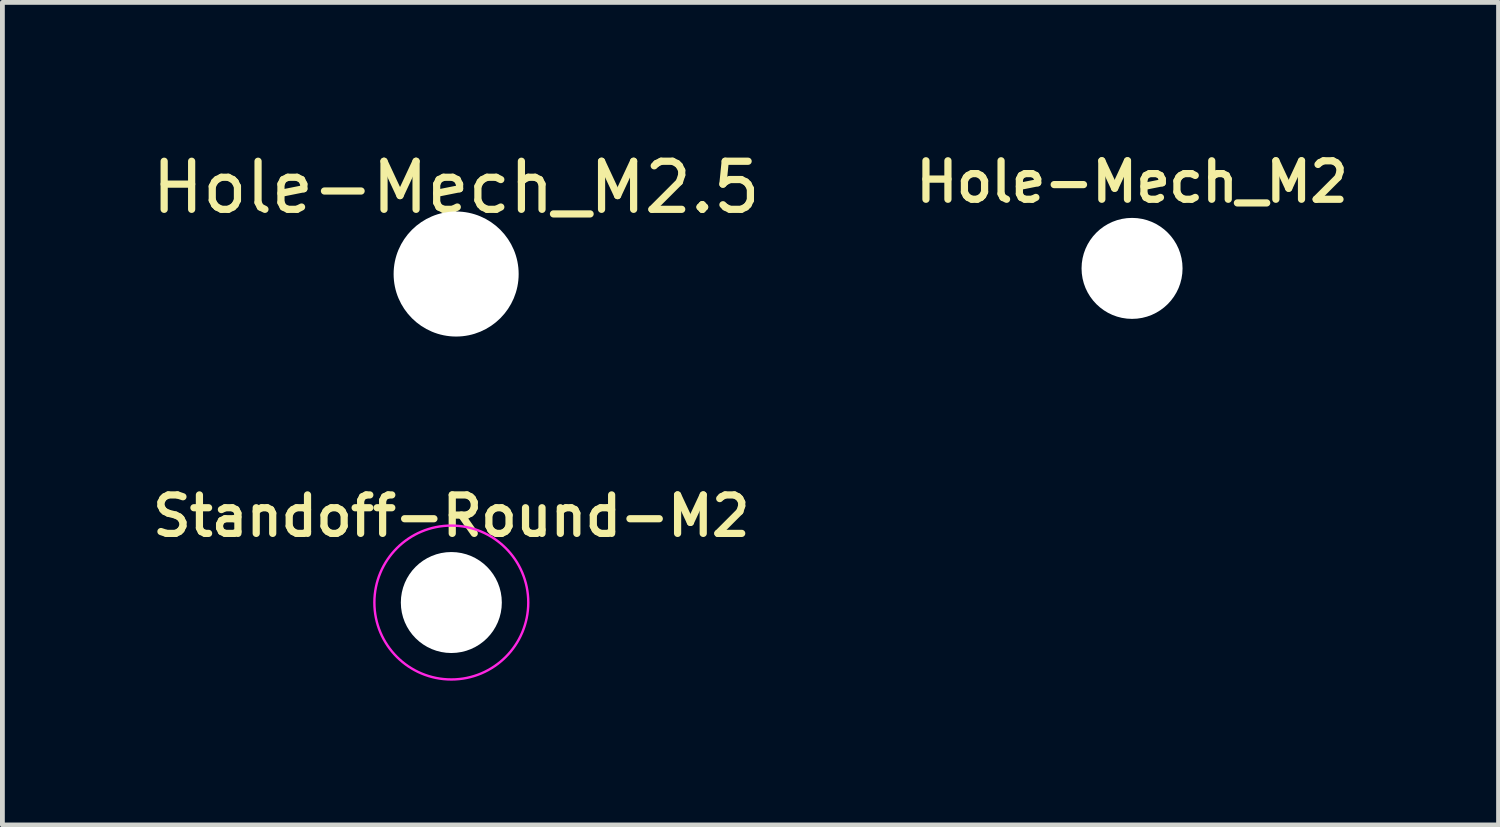
<source format=kicad_pcb>
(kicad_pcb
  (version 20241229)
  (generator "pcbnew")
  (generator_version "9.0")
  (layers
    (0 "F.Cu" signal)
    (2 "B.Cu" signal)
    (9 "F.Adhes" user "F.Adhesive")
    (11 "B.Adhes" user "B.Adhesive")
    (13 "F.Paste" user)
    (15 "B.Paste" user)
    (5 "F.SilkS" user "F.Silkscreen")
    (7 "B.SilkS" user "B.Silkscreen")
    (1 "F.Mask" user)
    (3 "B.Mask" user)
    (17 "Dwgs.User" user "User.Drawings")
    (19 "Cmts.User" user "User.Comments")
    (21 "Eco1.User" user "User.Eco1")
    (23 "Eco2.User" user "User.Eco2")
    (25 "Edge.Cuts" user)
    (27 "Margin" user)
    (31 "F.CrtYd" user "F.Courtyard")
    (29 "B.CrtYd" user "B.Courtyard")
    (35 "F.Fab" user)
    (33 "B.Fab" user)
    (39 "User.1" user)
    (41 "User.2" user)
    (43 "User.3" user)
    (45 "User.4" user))
  (footprint "Hole-Mech_M2"
    (layer "F.Cu")
    (at 20.49 2.531)
    (property "Reference" "Hole-Mech_M2" (at 0 -1.8 0) (layer "F.SilkS") (effects (font (size 0.8 0.8) (thickness 0.15))))
    (attr exclude_from_pos_files exclude_from_bom)
    (pad "" np_thru_hole circle (at 0 0) (size 2.1 2.1) (drill 2.1) (layers "*.Cu" "*.Mask")))
  (footprint "Hole-Mech_M2.5"
    (layer "F.Cu")
    (at 6.435 2.648)
    (property "Reference" "Hole-Mech_M2.5" (at 0 -1.8 0) (layer "F.SilkS") (effects (font (size 1 1) (thickness 0.15))))
    (attr exclude_from_pos_files exclude_from_bom)
    (pad "" np_thru_hole circle (at 0 0) (size 2.6 2.6) (drill 2.6) (layers "*.Cu" "*.Mask")))
  (footprint "Standoff-Round-M2"
    (layer "F.Cu")
    (at 6.335 9.479)
    (property "Reference" "Standoff-Round-M2" (at 0 -1.8 0) (layer "F.SilkS") (effects (font (size 0.8 0.8) (thickness 0.15))))
    (attr exclude_from_pos_files exclude_from_bom)
    (fp_circle (center 0 0) (end -1.6 0) (stroke (width 0.05) (type solid)) (fill no) (layer "F.CrtYd"))
    (pad "" np_thru_hole circle (at 0 0) (size 2.1 2.1) (drill 2.1) (layers "*.Cu" "*.Mask")))
  (gr_rect
    (start -3 -3)
    (end 28.111 14.104)
    (stroke (width 0.1) (type default))
    (fill no)
    (layer "Edge.Cuts")))
</source>
